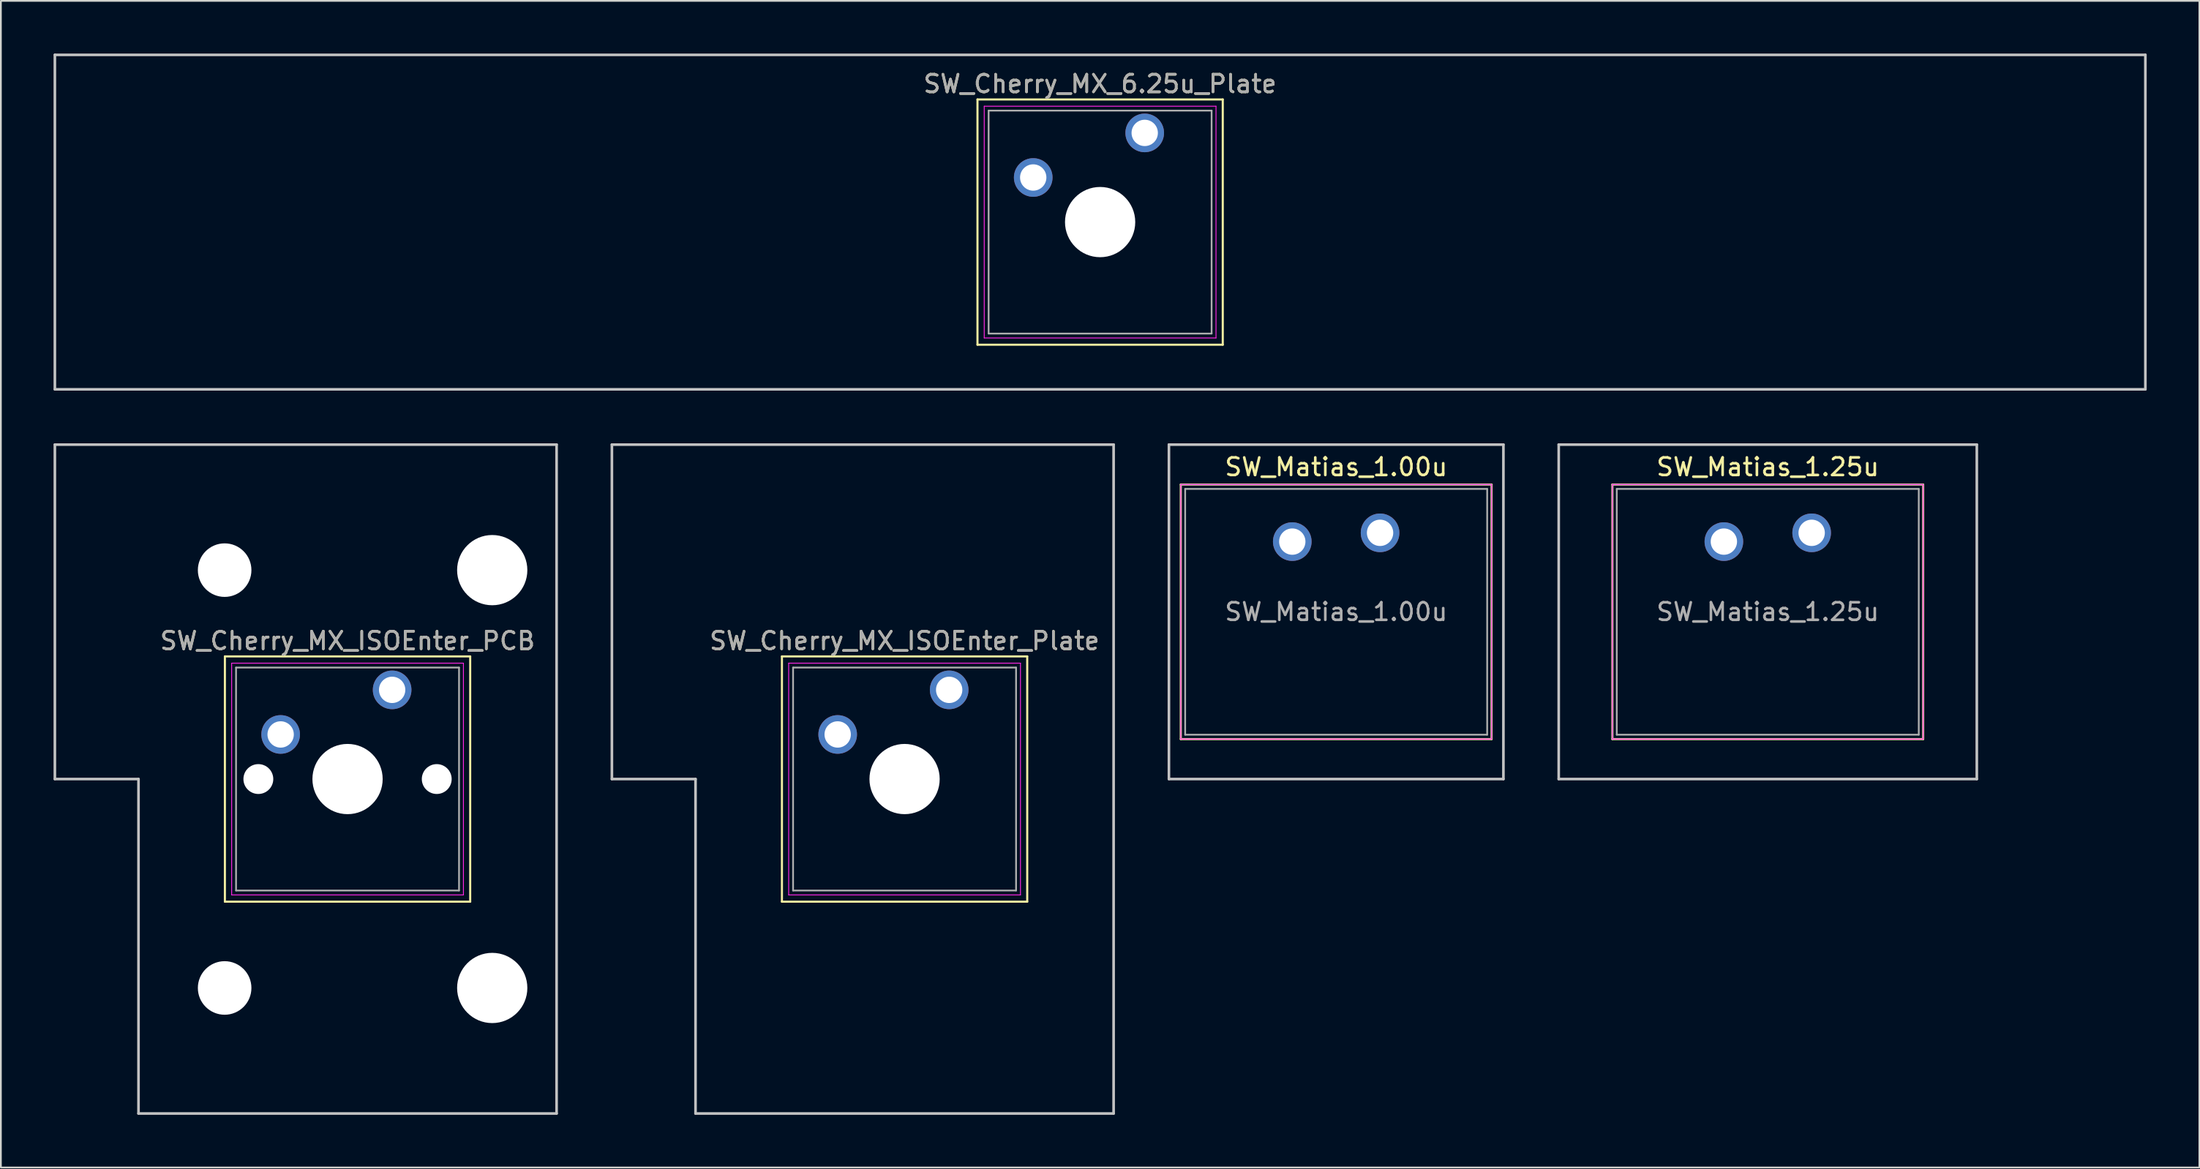
<source format=kicad_pcb>
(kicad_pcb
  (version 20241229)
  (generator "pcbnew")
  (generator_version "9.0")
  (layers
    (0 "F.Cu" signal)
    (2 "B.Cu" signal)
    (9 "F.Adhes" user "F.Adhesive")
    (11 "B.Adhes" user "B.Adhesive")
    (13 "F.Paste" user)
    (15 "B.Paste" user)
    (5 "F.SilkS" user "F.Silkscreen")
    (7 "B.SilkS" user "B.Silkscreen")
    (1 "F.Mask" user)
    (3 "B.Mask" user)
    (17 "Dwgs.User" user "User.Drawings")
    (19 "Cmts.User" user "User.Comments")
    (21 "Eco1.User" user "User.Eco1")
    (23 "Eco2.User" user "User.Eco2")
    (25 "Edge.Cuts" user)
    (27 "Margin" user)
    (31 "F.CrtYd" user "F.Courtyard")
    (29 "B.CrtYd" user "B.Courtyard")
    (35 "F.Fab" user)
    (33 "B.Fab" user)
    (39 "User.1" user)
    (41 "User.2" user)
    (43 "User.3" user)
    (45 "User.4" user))
  (footprint "SW_Cherry_MX_ISOEnter_PCB"
    (layer "F.Cu")
    (at 19.284 36.245)
    (property "Reference" "SW_Cherry_MX_ISOEnter_PCB" (at -2.54 -2.794 0) (layer "F.SilkS") (effects (font (size 1 1) (thickness 0.15))))
    (attr through_hole)
    (fp_line (start -9.525 -1.905) (end 4.445 -1.905) (stroke (width 0.12) (type solid)) (layer "F.SilkS"))
    (fp_line (start -9.525 12.065) (end -9.525 -1.905) (stroke (width 0.12) (type solid)) (layer "F.SilkS"))
    (fp_line (start 4.445 -1.905) (end 4.445 12.065) (stroke (width 0.12) (type solid)) (layer "F.SilkS"))
    (fp_line (start 4.445 12.065) (end -9.525 12.065) (stroke (width 0.12) (type solid)) (layer "F.SilkS"))
    (fp_line (start -19.209 -13.97) (end 9.366 -13.97) (stroke (width 0.15) (type solid)) (layer "Dwgs.User"))
    (fp_line (start -19.209 5.08) (end -19.209 -13.97) (stroke (width 0.15) (type solid)) (layer "Dwgs.User"))
    (fp_line (start -14.446 5.08) (end -19.209 5.08) (stroke (width 0.15) (type solid)) (layer "Dwgs.User"))
    (fp_line (start -14.446 24.13) (end -14.446 5.08) (stroke (width 0.15) (type solid)) (layer "Dwgs.User"))
    (fp_line (start 9.366 -13.97) (end 9.366 24.13) (stroke (width 0.15) (type solid)) (layer "Dwgs.User"))
    (fp_line (start 9.366 24.13) (end -14.446 24.13) (stroke (width 0.15) (type solid)) (layer "Dwgs.User"))
    (fp_line (start -9.14 -1.52) (end 4.06 -1.52) (stroke (width 0.05) (type solid)) (layer "F.CrtYd"))
    (fp_line (start -9.14 11.68) (end -9.14 -1.52) (stroke (width 0.05) (type solid)) (layer "F.CrtYd"))
    (fp_line (start 4.06 -1.52) (end 4.06 11.68) (stroke (width 0.05) (type solid)) (layer "F.CrtYd"))
    (fp_line (start 4.06 11.68) (end -9.14 11.68) (stroke (width 0.05) (type solid)) (layer "F.CrtYd"))
    (fp_line (start -8.89 -1.27) (end 3.81 -1.27) (stroke (width 0.1) (type solid)) (layer "F.Fab"))
    (fp_line (start -8.89 11.43) (end -8.89 -1.27) (stroke (width 0.1) (type solid)) (layer "F.Fab"))
    (fp_line (start 3.81 -1.27) (end 3.81 11.43) (stroke (width 0.1) (type solid)) (layer "F.Fab"))
    (fp_line (start 3.81 11.43) (end -8.89 11.43) (stroke (width 0.1) (type solid)) (layer "F.Fab"))
    (fp_text user "${REFERENCE}" (at -2.54 -2.794 0) (layer "F.Fab") (effects (font (size 1 1) (thickness 0.15))))
    (pad "" np_thru_hole circle (at -9.54 -6.82) (size 3.05 3.05) (drill 3.05) (layers "*.Cu" "*.Mask"))
    (pad "" np_thru_hole circle (at -9.54 16.98) (size 3.05 3.05) (drill 3.05) (layers "*.Cu" "*.Mask"))
    (pad "" np_thru_hole circle (at -7.62 5.08) (size 1.7 1.7) (drill 1.7) (layers "*.Cu" "*.Mask"))
    (pad "" np_thru_hole circle (at -2.54 5.08) (size 4 4) (drill 4) (layers "*.Cu" "*.Mask"))
    (pad "" np_thru_hole circle (at 2.54 5.08) (size 1.7 1.7) (drill 1.7) (layers "*.Cu" "*.Mask"))
    (pad "" np_thru_hole circle (at 5.7 -6.82) (size 4 4) (drill 4) (layers "*.Cu" "*.Mask"))
    (pad "" np_thru_hole circle (at 5.7 16.98) (size 4 4) (drill 4) (layers "*.Cu" "*.Mask"))
    (pad "1" thru_hole circle (at 0 0) (size 2.2 2.2) (drill 1.5) (layers "*.Cu" "*.Mask"))
    (pad "2" thru_hole circle (at -6.35 2.54) (size 2.2 2.2) (drill 1.5) (layers "*.Cu" "*.Mask")))
  (footprint "SW_Cherry_MX_ISOEnter_Plate"
    (layer "F.Cu")
    (at 51.009 36.245)
    (property "Reference" "SW_Cherry_MX_ISOEnter_Plate" (at -2.54 -2.794 0) (layer "F.SilkS") (effects (font (size 1 1) (thickness 0.15))))
    (attr through_hole)
    (fp_line (start -9.525 -1.905) (end 4.445 -1.905) (stroke (width 0.12) (type solid)) (layer "F.SilkS"))
    (fp_line (start -9.525 12.065) (end -9.525 -1.905) (stroke (width 0.12) (type solid)) (layer "F.SilkS"))
    (fp_line (start 4.445 -1.905) (end 4.445 12.065) (stroke (width 0.12) (type solid)) (layer "F.SilkS"))
    (fp_line (start 4.445 12.065) (end -9.525 12.065) (stroke (width 0.12) (type solid)) (layer "F.SilkS"))
    (fp_line (start -19.209 -13.97) (end 9.366 -13.97) (stroke (width 0.15) (type solid)) (layer "Dwgs.User"))
    (fp_line (start -19.209 5.08) (end -19.209 -13.97) (stroke (width 0.15) (type solid)) (layer "Dwgs.User"))
    (fp_line (start -14.446 5.08) (end -19.209 5.08) (stroke (width 0.15) (type solid)) (layer "Dwgs.User"))
    (fp_line (start -14.446 24.13) (end -14.446 5.08) (stroke (width 0.15) (type solid)) (layer "Dwgs.User"))
    (fp_line (start 9.366 -13.97) (end 9.366 24.13) (stroke (width 0.15) (type solid)) (layer "Dwgs.User"))
    (fp_line (start 9.366 24.13) (end -14.446 24.13) (stroke (width 0.15) (type solid)) (layer "Dwgs.User"))
    (fp_line (start -9.14 -1.52) (end 4.06 -1.52) (stroke (width 0.05) (type solid)) (layer "F.CrtYd"))
    (fp_line (start -9.14 11.68) (end -9.14 -1.52) (stroke (width 0.05) (type solid)) (layer "F.CrtYd"))
    (fp_line (start 4.06 -1.52) (end 4.06 11.68) (stroke (width 0.05) (type solid)) (layer "F.CrtYd"))
    (fp_line (start 4.06 11.68) (end -9.14 11.68) (stroke (width 0.05) (type solid)) (layer "F.CrtYd"))
    (fp_line (start -8.89 -1.27) (end 3.81 -1.27) (stroke (width 0.1) (type solid)) (layer "F.Fab"))
    (fp_line (start -8.89 11.43) (end -8.89 -1.27) (stroke (width 0.1) (type solid)) (layer "F.Fab"))
    (fp_line (start 3.81 -1.27) (end 3.81 11.43) (stroke (width 0.1) (type solid)) (layer "F.Fab"))
    (fp_line (start 3.81 11.43) (end -8.89 11.43) (stroke (width 0.1) (type solid)) (layer "F.Fab"))
    (fp_text user "${REFERENCE}" (at -2.54 -2.794 0) (layer "F.Fab") (effects (font (size 1 1) (thickness 0.15))))
    (pad "" np_thru_hole circle (at -2.54 5.08) (size 4 4) (drill 4) (layers "*.Cu" "*.Mask"))
    (pad "1" thru_hole circle (at 0 0) (size 2.2 2.2) (drill 1.5) (layers "*.Cu" "*.Mask"))
    (pad "2" thru_hole circle (at -6.35 2.54) (size 2.2 2.2) (drill 1.5) (layers "*.Cu" "*.Mask")))
  (footprint "SW_Matias_1.25u"
    (layer "F.Cu")
    (at 100.131 27.3)
    (property "Reference" "SW_Matias_1.25u" (at -2.5 -3.75 0) (layer "F.SilkS") (effects (font (size 1 1) (thickness 0.15))))
    (attr through_hole)
    (fp_line (start -11.35 -2.75) (end 6.35 -2.75) (stroke (width 0.12) (type solid)) (layer "F.SilkS"))
    (fp_line (start -11.35 11.75) (end -11.35 -2.75) (stroke (width 0.12) (type solid)) (layer "F.SilkS"))
    (fp_line (start 6.35 -2.75) (end 6.35 11.75) (stroke (width 0.12) (type solid)) (layer "F.SilkS"))
    (fp_line (start 6.35 11.75) (end -11.35 11.75) (stroke (width 0.12) (type solid)) (layer "F.SilkS"))
    (fp_line (start -14.406 -5.025) (end 9.406 -5.025) (stroke (width 0.15) (type solid)) (layer "Dwgs.User"))
    (fp_line (start -14.406 14.025) (end -14.406 -5.025) (stroke (width 0.15) (type solid)) (layer "Dwgs.User"))
    (fp_line (start 9.406 -5.025) (end 9.406 14.025) (stroke (width 0.15) (type solid)) (layer "Dwgs.User"))
    (fp_line (start 9.406 14.025) (end -14.406 14.025) (stroke (width 0.15) (type solid)) (layer "Dwgs.User"))
    (fp_line (start -11.35 -2.75) (end -11.35 11.75) (stroke (width 0.05) (type solid)) (layer "F.CrtYd"))
    (fp_line (start -11.35 -2.75) (end 6.35 -2.75) (stroke (width 0.05) (type solid)) (layer "F.CrtYd"))
    (fp_line (start -11.35 11.75) (end 6.35 11.75) (stroke (width 0.05) (type solid)) (layer "F.CrtYd"))
    (fp_line (start 6.35 11.75) (end 6.35 -2.75) (stroke (width 0.05) (type solid)) (layer "F.CrtYd"))
    (fp_line (start -11.1 -2.5) (end 6.1 -2.5) (stroke (width 0.1) (type solid)) (layer "F.Fab"))
    (fp_line (start -11.1 11.5) (end -11.1 -2.5) (stroke (width 0.1) (type solid)) (layer "F.Fab"))
    (fp_line (start 6.1 -2.5) (end 6.1 11.5) (stroke (width 0.1) (type solid)) (layer "F.Fab"))
    (fp_line (start 6.1 11.5) (end -11.1 11.5) (stroke (width 0.1) (type solid)) (layer "F.Fab"))
    (fp_text user "${REFERENCE}" (at -2.5 4.5 0) (layer "F.Fab") (effects (font (size 1 1) (thickness 0.15))))
    (pad "1" thru_hole circle (at 0 0) (size 2.2 2.2) (drill 1.5) (layers "*.Cu" "*.Mask"))
    (pad "2" thru_hole circle (at -5 0.5) (size 2.2 2.2) (drill 1.5) (layers "*.Cu" "*.Mask")))
  (footprint "SW_Matias_1.00u"
    (layer "F.Cu")
    (at 75.55 27.3)
    (property "Reference" "SW_Matias_1.00u" (at -2.5 -3.75 0) (layer "F.SilkS") (effects (font (size 1 1) (thickness 0.15))))
    (attr through_hole)
    (fp_line (start -11.35 -2.75) (end 6.35 -2.75) (stroke (width 0.12) (type solid)) (layer "F.SilkS"))
    (fp_line (start -11.35 11.75) (end -11.35 -2.75) (stroke (width 0.12) (type solid)) (layer "F.SilkS"))
    (fp_line (start 6.35 -2.75) (end 6.35 11.75) (stroke (width 0.12) (type solid)) (layer "F.SilkS"))
    (fp_line (start 6.35 11.75) (end -11.35 11.75) (stroke (width 0.12) (type solid)) (layer "F.SilkS"))
    (fp_line (start -12.025 -5.025) (end 7.025 -5.025) (stroke (width 0.15) (type solid)) (layer "Dwgs.User"))
    (fp_line (start -12.025 14.025) (end -12.025 -5.025) (stroke (width 0.15) (type solid)) (layer "Dwgs.User"))
    (fp_line (start 7.025 -5.025) (end 7.025 14.025) (stroke (width 0.15) (type solid)) (layer "Dwgs.User"))
    (fp_line (start 7.025 14.025) (end -12.025 14.025) (stroke (width 0.15) (type solid)) (layer "Dwgs.User"))
    (fp_line (start -11.35 -2.75) (end -11.35 11.75) (stroke (width 0.05) (type solid)) (layer "F.CrtYd"))
    (fp_line (start -11.35 -2.75) (end 6.35 -2.75) (stroke (width 0.05) (type solid)) (layer "F.CrtYd"))
    (fp_line (start -11.35 11.75) (end 6.35 11.75) (stroke (width 0.05) (type solid)) (layer "F.CrtYd"))
    (fp_line (start 6.35 11.75) (end 6.35 -2.75) (stroke (width 0.05) (type solid)) (layer "F.CrtYd"))
    (fp_line (start -11.1 -2.5) (end 6.1 -2.5) (stroke (width 0.1) (type solid)) (layer "F.Fab"))
    (fp_line (start -11.1 11.5) (end -11.1 -2.5) (stroke (width 0.1) (type solid)) (layer "F.Fab"))
    (fp_line (start 6.1 -2.5) (end 6.1 11.5) (stroke (width 0.1) (type solid)) (layer "F.Fab"))
    (fp_line (start 6.1 11.5) (end -11.1 11.5) (stroke (width 0.1) (type solid)) (layer "F.Fab"))
    (fp_text user "${REFERENCE}" (at -2.5 4.5 0) (layer "F.Fab") (effects (font (size 1 1) (thickness 0.15))))
    (pad "1" thru_hole circle (at 0 0) (size 2.2 2.2) (drill 1.5) (layers "*.Cu" "*.Mask"))
    (pad "2" thru_hole circle (at -5 0.5) (size 2.2 2.2) (drill 1.5) (layers "*.Cu" "*.Mask")))
  (footprint "SW_Cherry_MX_6.25u_Plate"
    (layer "F.Cu")
    (at 62.146 4.52)
    (property "Reference" "SW_Cherry_MX_6.25u_Plate" (at -2.54 -2.794 0) (layer "F.SilkS") (effects (font (size 1 1) (thickness 0.15))))
    (attr through_hole)
    (fp_line (start -9.525 -1.905) (end 4.445 -1.905) (stroke (width 0.12) (type solid)) (layer "F.SilkS"))
    (fp_line (start -9.525 12.065) (end -9.525 -1.905) (stroke (width 0.12) (type solid)) (layer "F.SilkS"))
    (fp_line (start 4.445 -1.905) (end 4.445 12.065) (stroke (width 0.12) (type solid)) (layer "F.SilkS"))
    (fp_line (start 4.445 12.065) (end -9.525 12.065) (stroke (width 0.12) (type solid)) (layer "F.SilkS"))
    (fp_line (start -62.071 -4.445) (end 56.991 -4.445) (stroke (width 0.15) (type solid)) (layer "Dwgs.User"))
    (fp_line (start -62.071 14.605) (end -62.071 -4.445) (stroke (width 0.15) (type solid)) (layer "Dwgs.User"))
    (fp_line (start 56.991 -4.445) (end 56.991 14.605) (stroke (width 0.15) (type solid)) (layer "Dwgs.User"))
    (fp_line (start 56.991 14.605) (end -62.071 14.605) (stroke (width 0.15) (type solid)) (layer "Dwgs.User"))
    (fp_line (start -9.14 -1.52) (end 4.06 -1.52) (stroke (width 0.05) (type solid)) (layer "F.CrtYd"))
    (fp_line (start -9.14 11.68) (end -9.14 -1.52) (stroke (width 0.05) (type solid)) (layer "F.CrtYd"))
    (fp_line (start 4.06 -1.52) (end 4.06 11.68) (stroke (width 0.05) (type solid)) (layer "F.CrtYd"))
    (fp_line (start 4.06 11.68) (end -9.14 11.68) (stroke (width 0.05) (type solid)) (layer "F.CrtYd"))
    (fp_line (start -8.89 -1.27) (end 3.81 -1.27) (stroke (width 0.1) (type solid)) (layer "F.Fab"))
    (fp_line (start -8.89 11.43) (end -8.89 -1.27) (stroke (width 0.1) (type solid)) (layer "F.Fab"))
    (fp_line (start 3.81 -1.27) (end 3.81 11.43) (stroke (width 0.1) (type solid)) (layer "F.Fab"))
    (fp_line (start 3.81 11.43) (end -8.89 11.43) (stroke (width 0.1) (type solid)) (layer "F.Fab"))
    (fp_text user "${REFERENCE}" (at -2.54 -2.794 0) (layer "F.Fab") (effects (font (size 1 1) (thickness 0.15))))
    (pad "" np_thru_hole circle (at -2.54 5.08) (size 4 4) (drill 4) (layers "*.Cu" "*.Mask"))
    (pad "1" thru_hole circle (at 0 0) (size 2.2 2.2) (drill 1.5) (layers "*.Cu" "*.Mask"))
    (pad "2" thru_hole circle (at -6.35 2.54) (size 2.2 2.2) (drill 1.5) (layers "*.Cu" "*.Mask")))
  (gr_rect
    (start -3 -3)
    (end 122.213 63.45)
    (stroke (width 0.1) (type default))
    (fill no)
    (layer "Edge.Cuts")))
</source>
